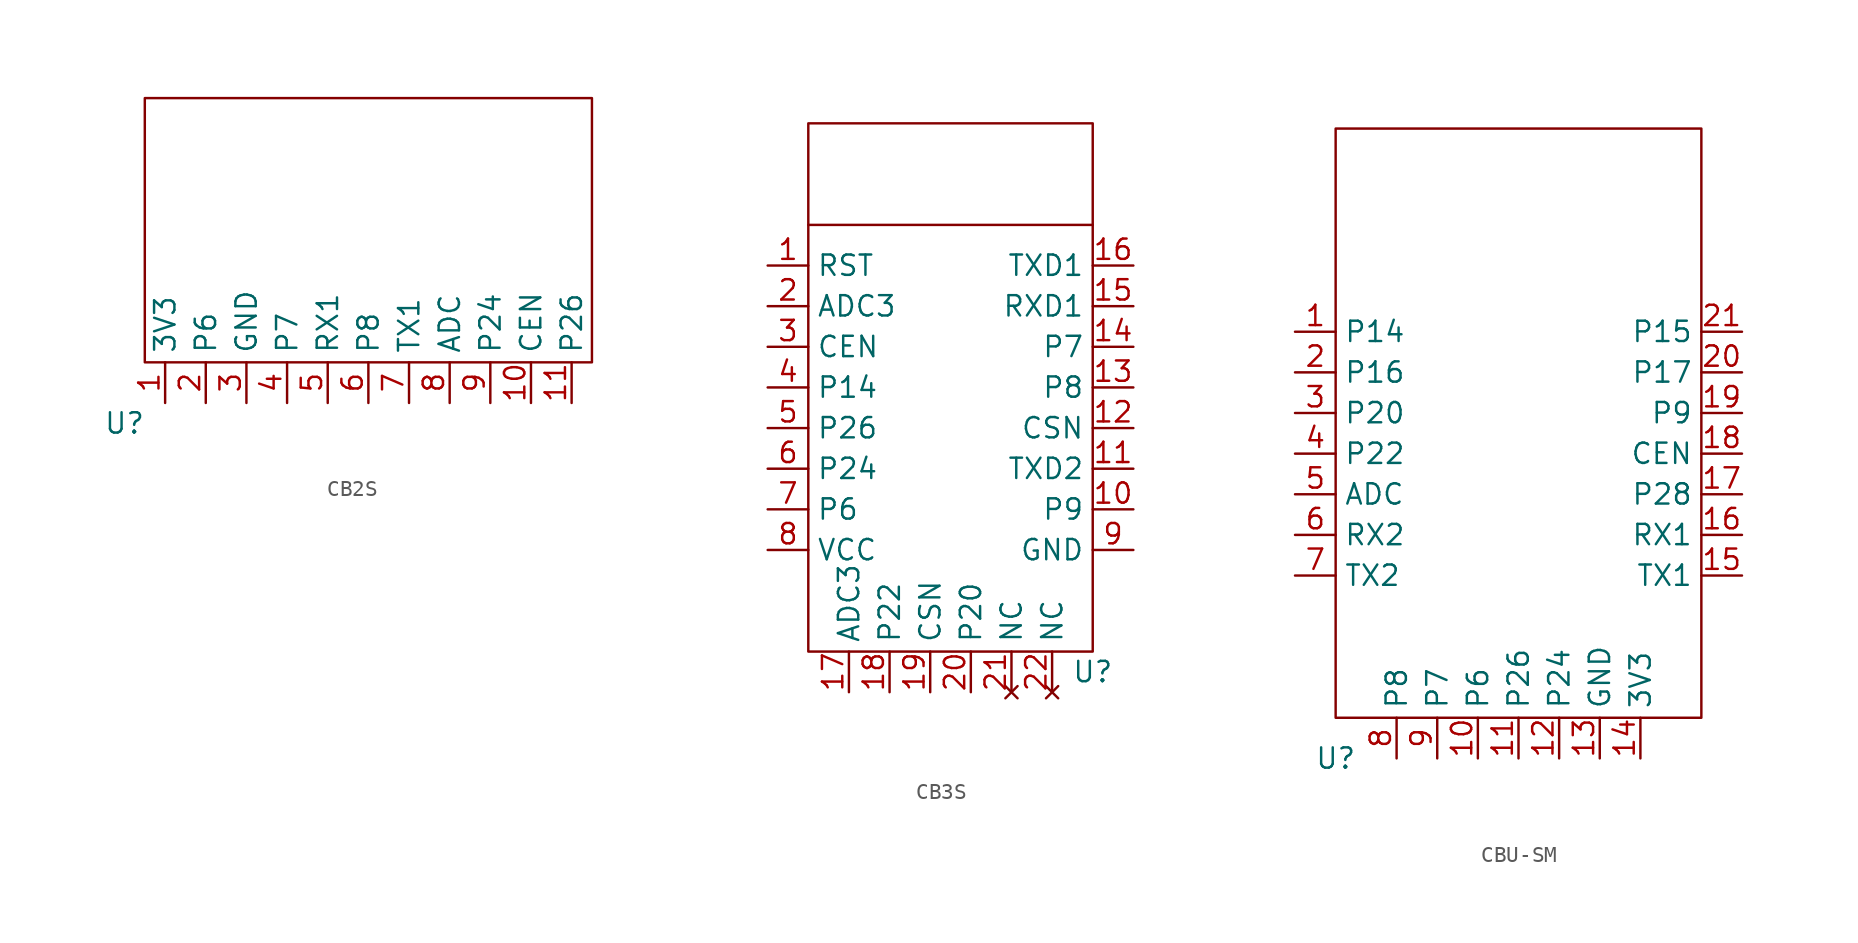
<source format=kicad_sym>
(kicad_symbol_lib
  (version 20220914)
  (generator kicad_symbol_editor)
  (symbol "CB2S"
    (property "Reference" "U"
      (at 0 0 0)
      (effects (font (size 1.27 1.27))))
    (property "Value" ""
      (at 0 0 0)
      (effects (font (size 1.27 1.27))))
    (symbol "CB2S_0_1"
      (rectangle (start 1.27 20.32) (end 29.21 3.81) (stroke (width 0) (type default)) (fill (type none))))
    (symbol "CB2S_1_1"
      (pin power_in line (at 2.54 1.27 90) (length 2.54) (name "3V3" (effects (font (size 1.27 1.27)))) (number "1" (effects (font (size 1.27 1.27)))))
      (pin input line (at 25.4 1.27 90) (length 2.54) (name "CEN" (effects (font (size 1.27 1.27)))) (number "10" (effects (font (size 1.27 1.27)))))
      (pin bidirectional line (at 27.94 1.27 90) (length 2.54) (name "P26" (effects (font (size 1.27 1.27)))) (number "11" (effects (font (size 1.27 1.27)))))
      (pin bidirectional line (at 5.08 1.27 90) (length 2.54) (name "P6" (effects (font (size 1.27 1.27)))) (number "2" (effects (font (size 1.27 1.27)))))
      (pin power_in line (at 7.62 1.27 90) (length 2.54) (name "GND" (effects (font (size 1.27 1.27)))) (number "3" (effects (font (size 1.27 1.27)))))
      (pin bidirectional line (at 10.16 1.27 90) (length 2.54) (name "P7" (effects (font (size 1.27 1.27)))) (number "4" (effects (font (size 1.27 1.27)))))
      (pin bidirectional line (at 12.7 1.27 90) (length 2.54) (name "RX1" (effects (font (size 1.27 1.27)))) (number "5" (effects (font (size 1.27 1.27)))))
      (pin bidirectional line (at 15.24 1.27 90) (length 2.54) (name "P8" (effects (font (size 1.27 1.27)))) (number "6" (effects (font (size 1.27 1.27)))))
      (pin bidirectional line (at 17.78 1.27 90) (length 2.54) (name "TX1" (effects (font (size 1.27 1.27)))) (number "7" (effects (font (size 1.27 1.27)))))
      (pin bidirectional line (at 20.32 1.27 90) (length 2.54) (name "ADC" (effects (font (size 1.27 1.27)))) (number "8" (effects (font (size 1.27 1.27)))))
      (pin bidirectional line (at 22.86 1.27 90) (length 2.54) (name "P24" (effects (font (size 1.27 1.27)))) (number "9" (effects (font (size 1.27 1.27)))))))
  (symbol "CB3S"
    (property "Reference" "U"
      (at 21.59 2.54 0)
      (effects (font (size 1.27 1.27))))
    (property "Value" ""
      (at 0 0 0)
      (effects (font (size 1.27 1.27))))
    (symbol "CB3S_0_1"
      (rectangle (start 3.81 36.83) (end 21.59 3.81) (stroke (width 0) (type default)) (fill (type none))))
    (symbol "CB3S_1_1"
      (polyline (pts (xy 3.81 30.48) (xy 21.59 30.48)) (stroke (width 0) (type default)) (fill (type none)))
      (pin input line (at 1.27 27.94 0) (length 2.54) (name "RST" (effects (font (size 1.27 1.27)))) (number "1" (effects (font (size 1.27 1.27)))))
      (pin bidirectional line (at 24.13 12.7 180) (length 2.54) (name "P9" (effects (font (size 1.27 1.27)))) (number "10" (effects (font (size 1.27 1.27)))))
      (pin bidirectional line (at 24.13 15.24 180) (length 2.54) (name "TXD2" (effects (font (size 1.27 1.27)))) (number "11" (effects (font (size 1.27 1.27)))))
      (pin input line (at 24.13 17.78 180) (length 2.54) (name "CSN" (effects (font (size 1.27 1.27)))) (number "12" (effects (font (size 1.27 1.27)))))
      (pin bidirectional line (at 24.13 20.32 180) (length 2.54) (name "P8" (effects (font (size 1.27 1.27)))) (number "13" (effects (font (size 1.27 1.27)))))
      (pin bidirectional line (at 24.13 22.86 180) (length 2.54) (name "P7" (effects (font (size 1.27 1.27)))) (number "14" (effects (font (size 1.27 1.27)))))
      (pin bidirectional line (at 24.13 25.4 180) (length 2.54) (name "RXD1" (effects (font (size 1.27 1.27)))) (number "15" (effects (font (size 1.27 1.27)))))
      (pin bidirectional line (at 24.13 27.94 180) (length 2.54) (name "TXD1" (effects (font (size 1.27 1.27)))) (number "16" (effects (font (size 1.27 1.27)))))
      (pin bidirectional line (at 6.35 1.27 90) (length 2.54) (name "ADC3" (effects (font (size 1.27 1.27)))) (number "17" (effects (font (size 1.27 1.27)))))
      (pin bidirectional line (at 8.89 1.27 90) (length 2.54) (name "P22" (effects (font (size 1.27 1.27)))) (number "18" (effects (font (size 1.27 1.27)))))
      (pin input line (at 11.43 1.27 90) (length 2.54) (name "CSN" (effects (font (size 1.27 1.27)))) (number "19" (effects (font (size 1.27 1.27)))))
      (pin bidirectional line (at 1.27 25.4 0) (length 2.54) (name "ADC3" (effects (font (size 1.27 1.27)))) (number "2" (effects (font (size 1.27 1.27)))))
      (pin bidirectional line (at 13.97 1.27 90) (length 2.54) (name "P20" (effects (font (size 1.27 1.27)))) (number "20" (effects (font (size 1.27 1.27)))))
      (pin no_connect line (at 16.51 1.27 90) (length 2.54) (name "NC" (effects (font (size 1.27 1.27)))) (number "21" (effects (font (size 1.27 1.27)))))
      (pin no_connect line (at 19.05 1.27 90) (length 2.54) (name "NC" (effects (font (size 1.27 1.27)))) (number "22" (effects (font (size 1.27 1.27)))))
      (pin input line (at 1.27 22.86 0) (length 2.54) (name "CEN" (effects (font (size 1.27 1.27)))) (number "3" (effects (font (size 1.27 1.27)))))
      (pin bidirectional line (at 1.27 20.32 0) (length 2.54) (name "P14" (effects (font (size 1.27 1.27)))) (number "4" (effects (font (size 1.27 1.27)))))
      (pin bidirectional line (at 1.27 17.78 0) (length 2.54) (name "P26" (effects (font (size 1.27 1.27)))) (number "5" (effects (font (size 1.27 1.27)))))
      (pin bidirectional line (at 1.27 15.24 0) (length 2.54) (name "P24" (effects (font (size 1.27 1.27)))) (number "6" (effects (font (size 1.27 1.27)))))
      (pin bidirectional line (at 1.27 12.7 0) (length 2.54) (name "P6" (effects (font (size 1.27 1.27)))) (number "7" (effects (font (size 1.27 1.27)))))
      (pin power_in line (at 1.27 10.16 0) (length 2.54) (name "VCC" (effects (font (size 1.27 1.27)))) (number "8" (effects (font (size 1.27 1.27)))))
      (pin power_in line (at 24.13 10.16 180) (length 2.54) (name "GND" (effects (font (size 1.27 1.27)))) (number "9" (effects (font (size 1.27 1.27)))))))
  (symbol "CBU-SM"
    (property "Reference" "U"
      (at 0 0 0)
      (effects (font (size 1.27 1.27))))
    (property "Value" ""
      (at 0 0 0)
      (effects (font (size 1.27 1.27))))
    (symbol "CBU-SM_0_1"
      (rectangle (start 0 39.37) (end 22.86 2.54) (stroke (width 0) (type default)) (fill (type none))))
    (symbol "CBU-SM_1_1"
      (pin bidirectional line (at -2.54 26.67 0) (length 2.54) (name "P14" (effects (font (size 1.27 1.27)))) (number "1" (effects (font (size 1.27 1.27)))))
      (pin bidirectional line (at 8.89 0 90) (length 2.54) (name "P6" (effects (font (size 1.27 1.27)))) (number "10" (effects (font (size 1.27 1.27)))))
      (pin bidirectional line (at 11.43 0 90) (length 2.54) (name "P26" (effects (font (size 1.27 1.27)))) (number "11" (effects (font (size 1.27 1.27)))))
      (pin bidirectional line (at 13.97 0 90) (length 2.54) (name "P24" (effects (font (size 1.27 1.27)))) (number "12" (effects (font (size 1.27 1.27)))))
      (pin power_in line (at 16.51 0 90) (length 2.54) (name "GND" (effects (font (size 1.27 1.27)))) (number "13" (effects (font (size 1.27 1.27)))))
      (pin power_in line (at 19.05 0 90) (length 2.54) (name "3V3" (effects (font (size 1.27 1.27)))) (number "14" (effects (font (size 1.27 1.27)))))
      (pin bidirectional line (at 25.4 11.43 180) (length 2.54) (name "TX1" (effects (font (size 1.27 1.27)))) (number "15" (effects (font (size 1.27 1.27)))))
      (pin bidirectional line (at 25.4 13.97 180) (length 2.54) (name "RX1" (effects (font (size 1.27 1.27)))) (number "16" (effects (font (size 1.27 1.27)))))
      (pin bidirectional line (at 25.4 16.51 180) (length 2.54) (name "P28" (effects (font (size 1.27 1.27)))) (number "17" (effects (font (size 1.27 1.27)))))
      (pin input line (at 25.4 19.05 180) (length 2.54) (name "CEN" (effects (font (size 1.27 1.27)))) (number "18" (effects (font (size 1.27 1.27)))))
      (pin bidirectional line (at 25.4 21.59 180) (length 2.54) (name "P9" (effects (font (size 1.27 1.27)))) (number "19" (effects (font (size 1.27 1.27)))))
      (pin bidirectional line (at -2.54 24.13 0) (length 2.54) (name "P16" (effects (font (size 1.27 1.27)))) (number "2" (effects (font (size 1.27 1.27)))))
      (pin bidirectional line (at 25.4 24.13 180) (length 2.54) (name "P17" (effects (font (size 1.27 1.27)))) (number "20" (effects (font (size 1.27 1.27)))))
      (pin bidirectional line (at 25.4 26.67 180) (length 2.54) (name "P15" (effects (font (size 1.27 1.27)))) (number "21" (effects (font (size 1.27 1.27)))))
      (pin bidirectional line (at -2.54 21.59 0) (length 2.54) (name "P20" (effects (font (size 1.27 1.27)))) (number "3" (effects (font (size 1.27 1.27)))))
      (pin bidirectional line (at -2.54 19.05 0) (length 2.54) (name "P22" (effects (font (size 1.27 1.27)))) (number "4" (effects (font (size 1.27 1.27)))))
      (pin bidirectional line (at -2.54 16.51 0) (length 2.54) (name "ADC" (effects (font (size 1.27 1.27)))) (number "5" (effects (font (size 1.27 1.27)))))
      (pin bidirectional line (at -2.54 13.97 0) (length 2.54) (name "RX2" (effects (font (size 1.27 1.27)))) (number "6" (effects (font (size 1.27 1.27)))))
      (pin bidirectional line (at -2.54 11.43 0) (length 2.54) (name "TX2" (effects (font (size 1.27 1.27)))) (number "7" (effects (font (size 1.27 1.27)))))
      (pin bidirectional line (at 3.81 0 90) (length 2.54) (name "P8" (effects (font (size 1.27 1.27)))) (number "8" (effects (font (size 1.27 1.27)))))
      (pin bidirectional line (at 6.35 0 90) (length 2.54) (name "P7" (effects (font (size 1.27 1.27)))) (number "9" (effects (font (size 1.27 1.27))))))))
</source>
